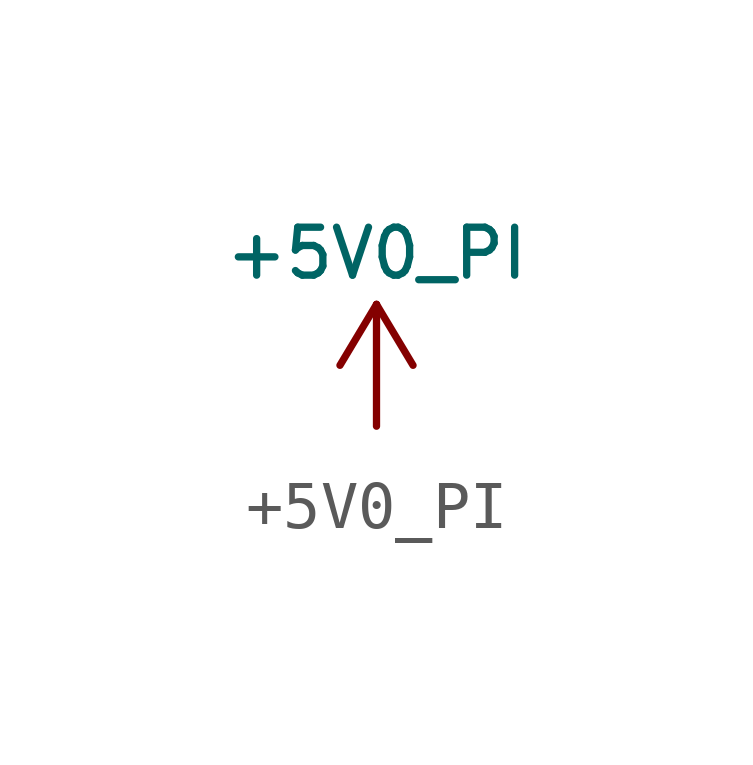
<source format=kicad_sym>
(kicad_symbol_lib
  (version 20241209)
  (generator "kicad_symbol_editor")
  (generator_version "9.0")
  (symbol "+5V0_PI"
    (power)
    (pin_names
      (offset 0))
    (property "Reference" "#PWR?"
      (at 0 -3.81 0)
      (effects (font (size 1.27 1.27)) (hide yes)))
    (property "Value" "+5V0_PI"
      (at 0 3.605 0)
      (effects (font (size 1 1))))
    (symbol "+5V0_PI_0_1"
      (polyline (pts (xy -0.762 1.27) (xy 0 2.54)) (stroke (width 0) (type default)) (fill (type none)))
      (polyline (pts (xy 0 2.54) (xy 0.762 1.27)) (stroke (width 0) (type default)) (fill (type none)))
      (polyline (pts (xy 0 0) (xy 0 2.54)) (stroke (width 0) (type default)) (fill (type none))))
    (symbol "+5V0_PI_1_1"
      (pin power_in line (at 0 0 90) (length 0) (hide yes) (name "+5V0_PI" (effects (font (size 1.27 1.27)))) (number "1" (effects (font (size 1.27 1.27))))))))
</source>
